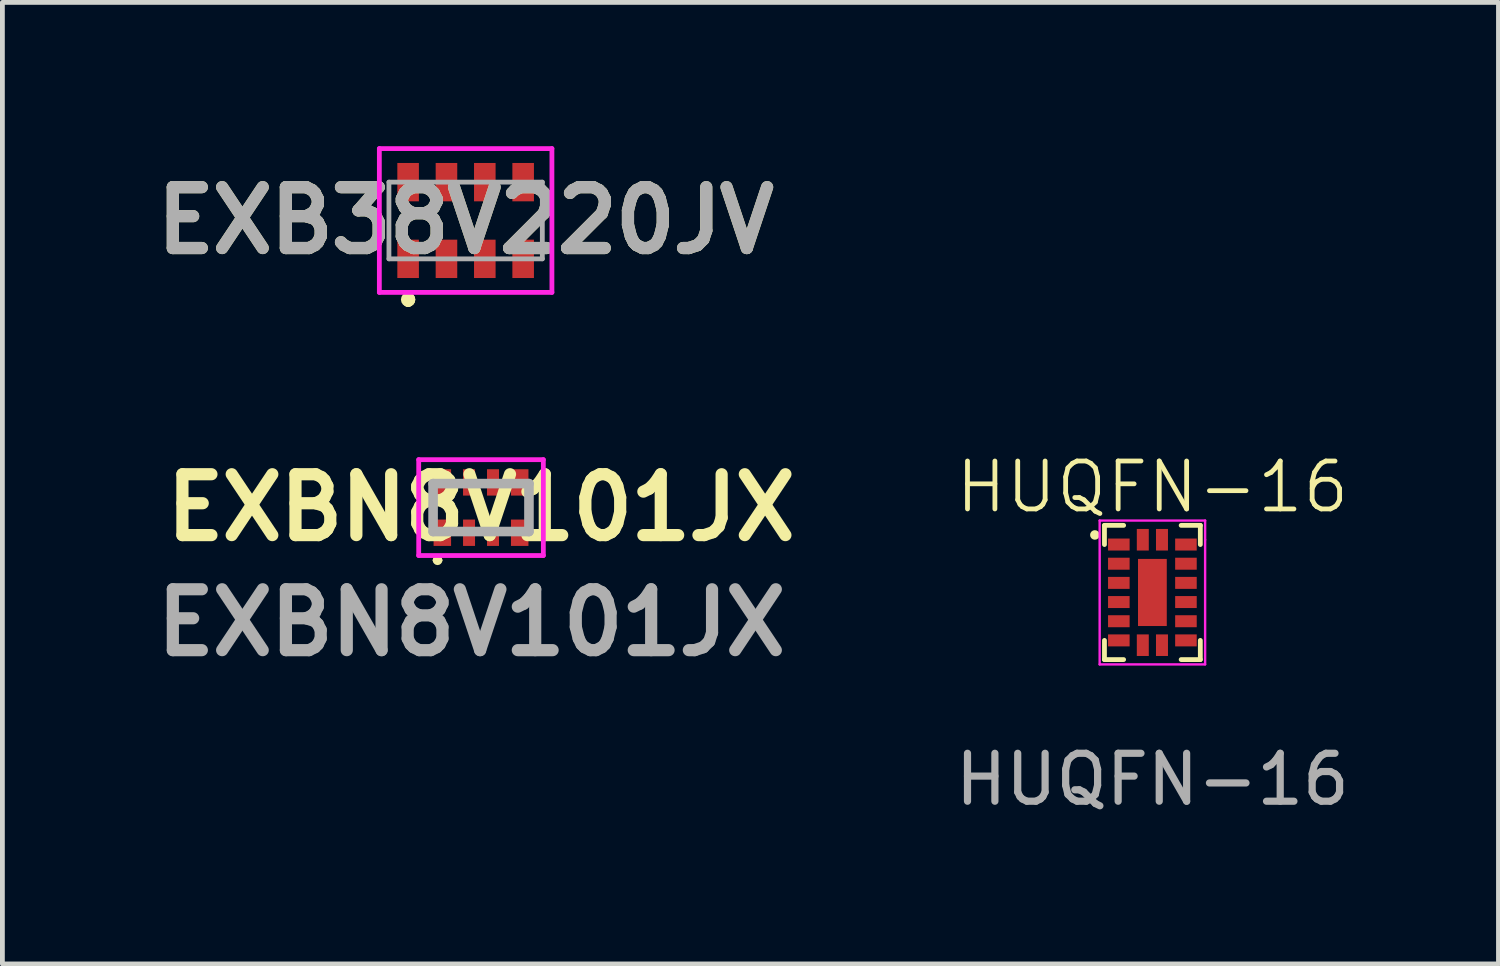
<source format=kicad_pcb>
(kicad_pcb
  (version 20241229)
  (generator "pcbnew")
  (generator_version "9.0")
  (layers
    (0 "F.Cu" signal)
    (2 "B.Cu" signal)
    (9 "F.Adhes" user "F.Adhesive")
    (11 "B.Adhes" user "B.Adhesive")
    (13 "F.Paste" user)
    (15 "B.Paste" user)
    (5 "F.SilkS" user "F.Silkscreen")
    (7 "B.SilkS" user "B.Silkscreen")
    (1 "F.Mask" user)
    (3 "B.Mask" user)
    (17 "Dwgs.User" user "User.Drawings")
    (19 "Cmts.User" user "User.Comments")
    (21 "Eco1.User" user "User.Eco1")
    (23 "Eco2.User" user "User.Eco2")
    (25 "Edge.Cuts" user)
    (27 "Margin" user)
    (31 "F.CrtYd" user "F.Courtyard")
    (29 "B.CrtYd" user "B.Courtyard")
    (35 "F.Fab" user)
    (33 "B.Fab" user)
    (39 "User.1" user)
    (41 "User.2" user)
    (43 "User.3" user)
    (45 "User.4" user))
  (footprint "EXB38V220JV"
    (layer "F.Cu")
    (at 6.664 1.55)
    (property "Reference" "EXB38V220JV" (at 0 0 0) (layer "F.SilkS") (effects (font (size 1.27 1.27) (thickness 0.254))))
    (attr smd)
    (fp_line (start -1.2 1.6) (end -1.2 1.6) (stroke (width 0.2) (type solid)) (layer "F.SilkS"))
    (fp_line (start -1.2 1.7) (end -1.2 1.7) (stroke (width 0.2) (type solid)) (layer "F.SilkS"))
    (fp_line (start -1.2 1.7) (end -1.2 1.7) (stroke (width 0.2) (type solid)) (layer "F.SilkS"))
    (fp_arc (start -1.2 1.6) (mid -1.15 1.65) (end -1.2 1.7) (stroke (width 0.2) (type solid)) (layer "F.SilkS"))
    (fp_arc (start -1.2 1.6) (mid -1.15 1.65) (end -1.2 1.7) (stroke (width 0.2) (type solid)) (layer "F.SilkS"))
    (fp_arc (start -1.2 1.7) (mid -1.25 1.65) (end -1.2 1.6) (stroke (width 0.2) (type solid)) (layer "F.SilkS"))
    (fp_line (start -1.8 -1.5) (end 1.8 -1.5) (stroke (width 0.1) (type solid)) (layer "F.CrtYd"))
    (fp_line (start -1.8 1.5) (end -1.8 -1.5) (stroke (width 0.1) (type solid)) (layer "F.CrtYd"))
    (fp_line (start 1.8 -1.5) (end 1.8 1.5) (stroke (width 0.1) (type solid)) (layer "F.CrtYd"))
    (fp_line (start 1.8 1.5) (end -1.8 1.5) (stroke (width 0.1) (type solid)) (layer "F.CrtYd"))
    (fp_line (start -1.6 -0.8) (end -1.6 0.8) (stroke (width 0.1) (type solid)) (layer "F.Fab"))
    (fp_line (start -1.6 0.8) (end 1.6 0.8) (stroke (width 0.1) (type solid)) (layer "F.Fab"))
    (fp_line (start 1.6 -0.8) (end -1.6 -0.8) (stroke (width 0.1) (type solid)) (layer "F.Fab"))
    (fp_line (start 1.6 0.8) (end 1.6 -0.8) (stroke (width 0.1) (type solid)) (layer "F.Fab"))
    (fp_text user "${REFERENCE}" (at 0 0 0) (layer "F.Fab") (effects (font (size 1.27 1.27) (thickness 0.254))))
    (pad "1" smd rect (at -1.2 0.8) (size 0.45 0.8) (layers "F.Cu" "F.Mask" "F.Paste"))
    (pad "2" smd rect (at -0.4 0.8) (size 0.45 0.8) (layers "F.Cu" "F.Mask" "F.Paste"))
    (pad "3" smd rect (at 0.4 0.8) (size 0.45 0.8) (layers "F.Cu" "F.Mask" "F.Paste"))
    (pad "4" smd rect (at 1.2 0.8) (size 0.45 0.8) (layers "F.Cu" "F.Mask" "F.Paste"))
    (pad "5" smd rect (at 1.2 -0.8) (size 0.45 0.8) (layers "F.Cu" "F.Mask" "F.Paste"))
    (pad "6" smd rect (at 0.4 -0.8) (size 0.45 0.8) (layers "F.Cu" "F.Mask" "F.Paste"))
    (pad "7" smd rect (at -0.4 -0.8) (size 0.45 0.8) (layers "F.Cu" "F.Mask" "F.Paste"))
    (pad "8" smd rect (at -1.2 -0.8) (size 0.45 0.8) (layers "F.Cu" "F.Mask" "F.Paste")))
  (footprint "HUQFN-16"
    (layer "F.Cu")
    (at 20.991 9.31)
    (property "Reference" "HUQFN-16" (at 0 -2.2 0) (unlocked yes) (layer "F.SilkS") (effects (font (size 1 1) (thickness 0.1))))
    (attr smd)
    (fp_line (start -1 -1.4) (end -0.6 -1.4) (stroke (width 0.1) (type default)) (layer "F.SilkS"))
    (fp_line (start -1 -1) (end -1 -1.4) (stroke (width 0.1) (type default)) (layer "F.SilkS"))
    (fp_line (start -1 1.4) (end -1 1) (stroke (width 0.1) (type default)) (layer "F.SilkS"))
    (fp_line (start -0.6 1.4) (end -1 1.4) (stroke (width 0.1) (type default)) (layer "F.SilkS"))
    (fp_line (start 0.6 -1.4) (end 1 -1.4) (stroke (width 0.1) (type default)) (layer "F.SilkS"))
    (fp_line (start 1 -1.4) (end 1 -1) (stroke (width 0.1) (type default)) (layer "F.SilkS"))
    (fp_line (start 1 1) (end 1 1.4) (stroke (width 0.1) (type default)) (layer "F.SilkS"))
    (fp_line (start 1 1.4) (end 0.6 1.4) (stroke (width 0.1) (type default)) (layer "F.SilkS"))
    (fp_circle (center -1.2 -1.2) (end -1.15 -1.2) (stroke (width 0.1) (type default)) (fill no) (layer "F.SilkS"))
    (fp_line (start -1.1 -1.5) (end -1.1 1.5) (stroke (width 0.05) (type default)) (layer "F.CrtYd"))
    (fp_line (start -1.1 1.5) (end 1.1 1.5) (stroke (width 0.05) (type default)) (layer "F.CrtYd"))
    (fp_line (start 1.1 -1.5) (end -1.1 -1.5) (stroke (width 0.05) (type default)) (layer "F.CrtYd"))
    (fp_line (start 1.1 -1.1) (end 1.1 -1.5) (stroke (width 0.05) (type default)) (layer "F.CrtYd"))
    (fp_line (start 1.1 1.5) (end 1.1 -1.1) (stroke (width 0.05) (type default)) (layer "F.CrtYd"))
    (fp_text user "${REFERENCE}" (at 0 3.9 0) (unlocked yes) (layer "F.Fab") (effects (font (size 1 1) (thickness 0.15))))
    (pad "1" smd rect (at -0.7 -1) (size 0.45 0.25) (layers "F.Cu" "F.Mask"))
    (pad "2" smd rect (at -0.7 -0.6) (size 0.45 0.25) (layers "F.Cu" "F.Mask"))
    (pad "3" smd rect (at -0.7 -0.2) (size 0.45 0.25) (layers "F.Cu" "F.Mask"))
    (pad "4" smd rect (at -0.7 0.2) (size 0.45 0.25) (layers "F.Cu" "F.Mask"))
    (pad "5" smd rect (at -0.7 0.6) (size 0.45 0.25) (layers "F.Cu" "F.Mask"))
    (pad "6" smd rect (at -0.7 1) (size 0.45 0.25) (layers "F.Cu" "F.Mask"))
    (pad "7" smd rect (at -0.2 1.1 90) (size 0.45 0.25) (layers "F.Cu" "F.Mask"))
    (pad "8" smd rect (at 0.2 1.1 90) (size 0.45 0.25) (layers "F.Cu" "F.Mask"))
    (pad "9" smd rect (at 0.7 1) (size 0.45 0.25) (layers "F.Cu" "F.Mask"))
    (pad "10" smd rect (at 0.7 0.6) (size 0.45 0.25) (layers "F.Cu" "F.Mask"))
    (pad "11" smd rect (at 0.7 0.2) (size 0.45 0.25) (layers "F.Cu" "F.Mask"))
    (pad "12" smd rect (at 0.7 -0.2) (size 0.45 0.25) (layers "F.Cu" "F.Mask"))
    (pad "13" smd rect (at 0.7 -0.6) (size 0.45 0.25) (layers "F.Cu" "F.Mask"))
    (pad "14" smd rect (at 0.7 -1) (size 0.45 0.25) (layers "F.Cu" "F.Mask"))
    (pad "15" smd rect (at 0.2 -1.1 90) (size 0.45 0.25) (layers "F.Cu" "F.Mask"))
    (pad "16" smd rect (at -0.2 -1.1 90) (size 0.45 0.25) (layers "F.Cu" "F.Mask"))
    (pad "17" smd rect (at 0 0 270) (size 1.4 0.6) (layers "F.Cu" "F.Mask"))
    (zone (net_name "") (layer "F.Paste") (hatch edge 0.5) (connect_pads) (min_thickness 0.25) (filled_areas_thickness no) (keepout (tracks not_allowed) (vias not_allowed) (pads not_allowed) (copperpour allowed) (footprints allowed)) (placement (enabled no)) (fill) (polygon (pts (xy 20.091 8.21) (xy 20.491 8.21) (xy 20.491 8.411) (xy 20.091 8.411))))
    (zone (net_name "") (layer "F.Paste") (hatch edge 0.5) (connect_pads) (min_thickness 0.25) (filled_areas_thickness no) (keepout (tracks not_allowed) (vias not_allowed) (pads not_allowed) (copperpour allowed) (footprints allowed)) (placement (enabled no)) (fill) (polygon (pts (xy 20.091 8.611) (xy 20.491 8.611) (xy 20.491 8.81) (xy 20.091 8.81))))
    (zone (net_name "") (layer "F.Paste") (hatch edge 0.5) (connect_pads) (min_thickness 0.25) (filled_areas_thickness no) (keepout (tracks not_allowed) (vias not_allowed) (pads not_allowed) (copperpour allowed) (footprints allowed)) (placement (enabled no)) (fill) (polygon (pts (xy 20.091 9.011) (xy 20.491 9.011) (xy 20.491 9.21) (xy 20.091 9.21))))
    (zone (net_name "") (layer "F.Paste") (hatch edge 0.5) (connect_pads) (min_thickness 0.25) (filled_areas_thickness no) (keepout (tracks not_allowed) (vias not_allowed) (pads not_allowed) (copperpour allowed) (footprints allowed)) (placement (enabled no)) (fill) (polygon (pts (xy 20.091 9.411) (xy 20.491 9.411) (xy 20.491 9.611) (xy 20.091 9.611))))
    (zone (net_name "") (layer "F.Paste") (hatch edge 0.5) (connect_pads) (min_thickness 0.25) (filled_areas_thickness no) (keepout (tracks not_allowed) (vias not_allowed) (pads not_allowed) (copperpour allowed) (footprints allowed)) (placement (enabled no)) (fill) (polygon (pts (xy 20.091 9.81) (xy 20.491 9.81) (xy 20.491 10.011) (xy 20.091 10.011))))
    (zone (net_name "") (layer "F.Paste") (hatch edge 0.5) (connect_pads) (min_thickness 0.25) (filled_areas_thickness no) (keepout (tracks not_allowed) (vias not_allowed) (pads not_allowed) (copperpour allowed) (footprints allowed)) (placement (enabled no)) (fill) (polygon (pts (xy 20.091 10.21) (xy 20.491 10.21) (xy 20.491 10.411) (xy 20.091 10.411))))
    (zone (net_name "") (layer "F.Paste") (hatch edge 0.5) (connect_pads) (min_thickness 0.25) (filled_areas_thickness no) (keepout (tracks not_allowed) (vias not_allowed) (pads not_allowed) (copperpour allowed) (footprints allowed)) (placement (enabled no)) (fill) (polygon (pts (xy 20.691 8.411) (xy 20.691 8.011) (xy 20.891 8.011) (xy 20.891 8.411))))
    (zone (net_name "") (layer "F.Paste") (hatch edge 0.5) (connect_pads) (min_thickness 0.25) (filled_areas_thickness no) (keepout (tracks not_allowed) (vias not_allowed) (pads not_allowed) (copperpour allowed) (footprints allowed)) (placement (enabled no)) (fill) (polygon (pts (xy 20.791 8.71) (xy 21.191 8.71) (xy 21.191 9.111) (xy 20.791 9.111))))
    (zone (net_name "") (layer "F.Paste") (hatch edge 0.5) (connect_pads) (min_thickness 0.25) (filled_areas_thickness no) (keepout (tracks not_allowed) (vias not_allowed) (pads not_allowed) (copperpour allowed) (footprints allowed)) (placement (enabled no)) (fill) (polygon (pts (xy 20.791 9.511) (xy 21.191 9.511) (xy 21.191 9.911) (xy 20.791 9.911))))
    (zone (net_name "") (layer "F.Paste") (hatch edge 0.5) (connect_pads) (min_thickness 0.25) (filled_areas_thickness no) (keepout (tracks not_allowed) (vias not_allowed) (pads not_allowed) (copperpour allowed) (footprints allowed)) (placement (enabled no)) (fill) (polygon (pts (xy 20.891 10.21) (xy 20.891 10.611) (xy 20.691 10.611) (xy 20.691 10.21))))
    (zone (net_name "") (layer "F.Paste") (hatch edge 0.5) (connect_pads) (min_thickness 0.25) (filled_areas_thickness no) (keepout (tracks not_allowed) (vias not_allowed) (pads not_allowed) (copperpour allowed) (footprints allowed)) (placement (enabled no)) (fill) (polygon (pts (xy 21.091 8.411) (xy 21.091 8.011) (xy 21.291 8.011) (xy 21.291 8.411))))
    (zone (net_name "") (layer "F.Paste") (hatch edge 0.5) (connect_pads) (min_thickness 0.25) (filled_areas_thickness no) (keepout (tracks not_allowed) (vias not_allowed) (pads not_allowed) (copperpour allowed) (footprints allowed)) (placement (enabled no)) (fill) (polygon (pts (xy 21.291 10.21) (xy 21.291 10.611) (xy 21.091 10.611) (xy 21.091 10.21))))
    (zone (net_name "") (layer "F.Paste") (hatch edge 0.5) (connect_pads) (min_thickness 0.25) (filled_areas_thickness no) (keepout (tracks not_allowed) (vias not_allowed) (pads not_allowed) (copperpour allowed) (footprints allowed)) (placement (enabled no)) (fill) (polygon (pts (xy 21.491 8.611) (xy 21.891 8.611) (xy 21.891 8.81) (xy 21.491 8.81))))
    (zone (net_name "") (layer "F.Paste") (hatch edge 0.5) (connect_pads) (min_thickness 0.25) (filled_areas_thickness no) (keepout (tracks not_allowed) (vias not_allowed) (pads not_allowed) (copperpour allowed) (footprints allowed)) (placement (enabled no)) (fill) (polygon (pts (xy 21.491 9.011) (xy 21.891 9.011) (xy 21.891 9.21) (xy 21.491 9.21))))
    (zone (net_name "") (layer "F.Paste") (hatch edge 0.5) (connect_pads) (min_thickness 0.25) (filled_areas_thickness no) (keepout (tracks not_allowed) (vias not_allowed) (pads not_allowed) (copperpour allowed) (footprints allowed)) (placement (enabled no)) (fill) (polygon (pts (xy 21.491 9.411) (xy 21.891 9.411) (xy 21.891 9.611) (xy 21.491 9.611))))
    (zone (net_name "") (layer "F.Paste") (hatch edge 0.5) (connect_pads) (min_thickness 0.25) (filled_areas_thickness no) (keepout (tracks not_allowed) (vias not_allowed) (pads not_allowed) (copperpour allowed) (footprints allowed)) (placement (enabled no)) (fill) (polygon (pts (xy 21.491 9.81) (xy 21.891 9.81) (xy 21.891 10.011) (xy 21.491 10.011))))
    (zone (net_name "") (layer "F.Paste") (hatch edge 0.5) (connect_pads) (min_thickness 0.25) (filled_areas_thickness no) (keepout (tracks not_allowed) (vias not_allowed) (pads not_allowed) (copperpour allowed) (footprints allowed)) (placement (enabled no)) (fill) (polygon (pts (xy 21.491 10.21) (xy 21.891 10.21) (xy 21.891 10.411) (xy 21.491 10.411))))
    (zone (net_name "") (layer "F.Paste") (hatch edge 0.5) (connect_pads) (min_thickness 0.25) (filled_areas_thickness no) (keepout (tracks not_allowed) (vias not_allowed) (pads not_allowed) (copperpour allowed) (footprints allowed)) (placement (enabled no)) (fill) (polygon (pts (xy 21.891 8.21) (xy 21.891 8.411) (xy 21.491 8.411) (xy 21.491 8.21)))))
  (footprint "EXBN8V101JX"
    (layer "F.Cu")
    (at 6.985 7.539)
    (property "Reference" "EXBN8V101JX" (at 0 0 0) (layer "F.SilkS") (effects (font (size 1.27 1.27) (thickness 0.254))))
    (attr smd)
    (fp_line (start -1 -0.1) (end -1 0.1) (stroke (width 0.1) (type solid)) (layer "F.SilkS"))
    (fp_line (start -0.957 1.1) (end -0.957 1.1) (stroke (width 0.1) (type solid)) (layer "F.SilkS"))
    (fp_line (start -0.857 1.1) (end -0.857 1.1) (stroke (width 0.1) (type solid)) (layer "F.SilkS"))
    (fp_line (start 1 -0.1) (end 1 0.1) (stroke (width 0.1) (type solid)) (layer "F.SilkS"))
    (fp_arc (start -0.957 1.1) (mid -0.907 1.05) (end -0.857 1.1) (stroke (width 0.1) (type solid)) (layer "F.SilkS"))
    (fp_arc (start -0.857 1.1) (mid -0.907 1.15) (end -0.957 1.1) (stroke (width 0.1) (type solid)) (layer "F.SilkS"))
    (fp_line (start -1.3 -1) (end 1.3 -1) (stroke (width 0.1) (type solid)) (layer "F.CrtYd"))
    (fp_line (start -1.3 1) (end -1.3 -1) (stroke (width 0.1) (type solid)) (layer "F.CrtYd"))
    (fp_line (start 1.3 -1) (end 1.3 1) (stroke (width 0.1) (type solid)) (layer "F.CrtYd"))
    (fp_line (start 1.3 1) (end -1.3 1) (stroke (width 0.1) (type solid)) (layer "F.CrtYd"))
    (fp_line (start -1 -0.5) (end 1 -0.5) (stroke (width 0.2) (type solid)) (layer "F.Fab"))
    (fp_line (start -1 0.5) (end -1 -0.5) (stroke (width 0.2) (type solid)) (layer "F.Fab"))
    (fp_line (start 1 -0.5) (end 1 0.5) (stroke (width 0.2) (type solid)) (layer "F.Fab"))
    (fp_line (start 1 0.5) (end -1 0.5) (stroke (width 0.2) (type solid)) (layer "F.Fab"))
    (fp_text user "${REFERENCE}" (at -0.2 2.4 0) (layer "F.Fab") (effects (font (size 1.27 1.27) (thickness 0.254))))
    (pad "1" smd rect (at -0.807 0.525) (size 0.365 0.55) (layers "F.Cu" "F.Mask" "F.Paste"))
    (pad "2" smd rect (at -0.25 0.525) (size 0.25 0.55) (layers "F.Cu" "F.Mask" "F.Paste"))
    (pad "3" smd rect (at 0.25 0.525) (size 0.25 0.55) (layers "F.Cu" "F.Mask" "F.Paste"))
    (pad "4" smd rect (at 0.807 0.525) (size 0.365 0.55) (layers "F.Cu" "F.Mask" "F.Paste"))
    (pad "5" smd rect (at 0.807 -0.525) (size 0.365 0.55) (layers "F.Cu" "F.Mask" "F.Paste"))
    (pad "6" smd rect (at 0.25 -0.525) (size 0.25 0.55) (layers "F.Cu" "F.Mask" "F.Paste"))
    (pad "7" smd rect (at -0.25 -0.525) (size 0.25 0.55) (layers "F.Cu" "F.Mask" "F.Paste"))
    (pad "8" smd rect (at -0.807 -0.525) (size 0.365 0.55) (layers "F.Cu" "F.Mask" "F.Paste")))
  (gr_rect
    (start -3 -3)
    (end 28.211 17.059)
    (stroke (width 0.1) (type default))
    (fill no)
    (layer "Edge.Cuts")))
</source>
